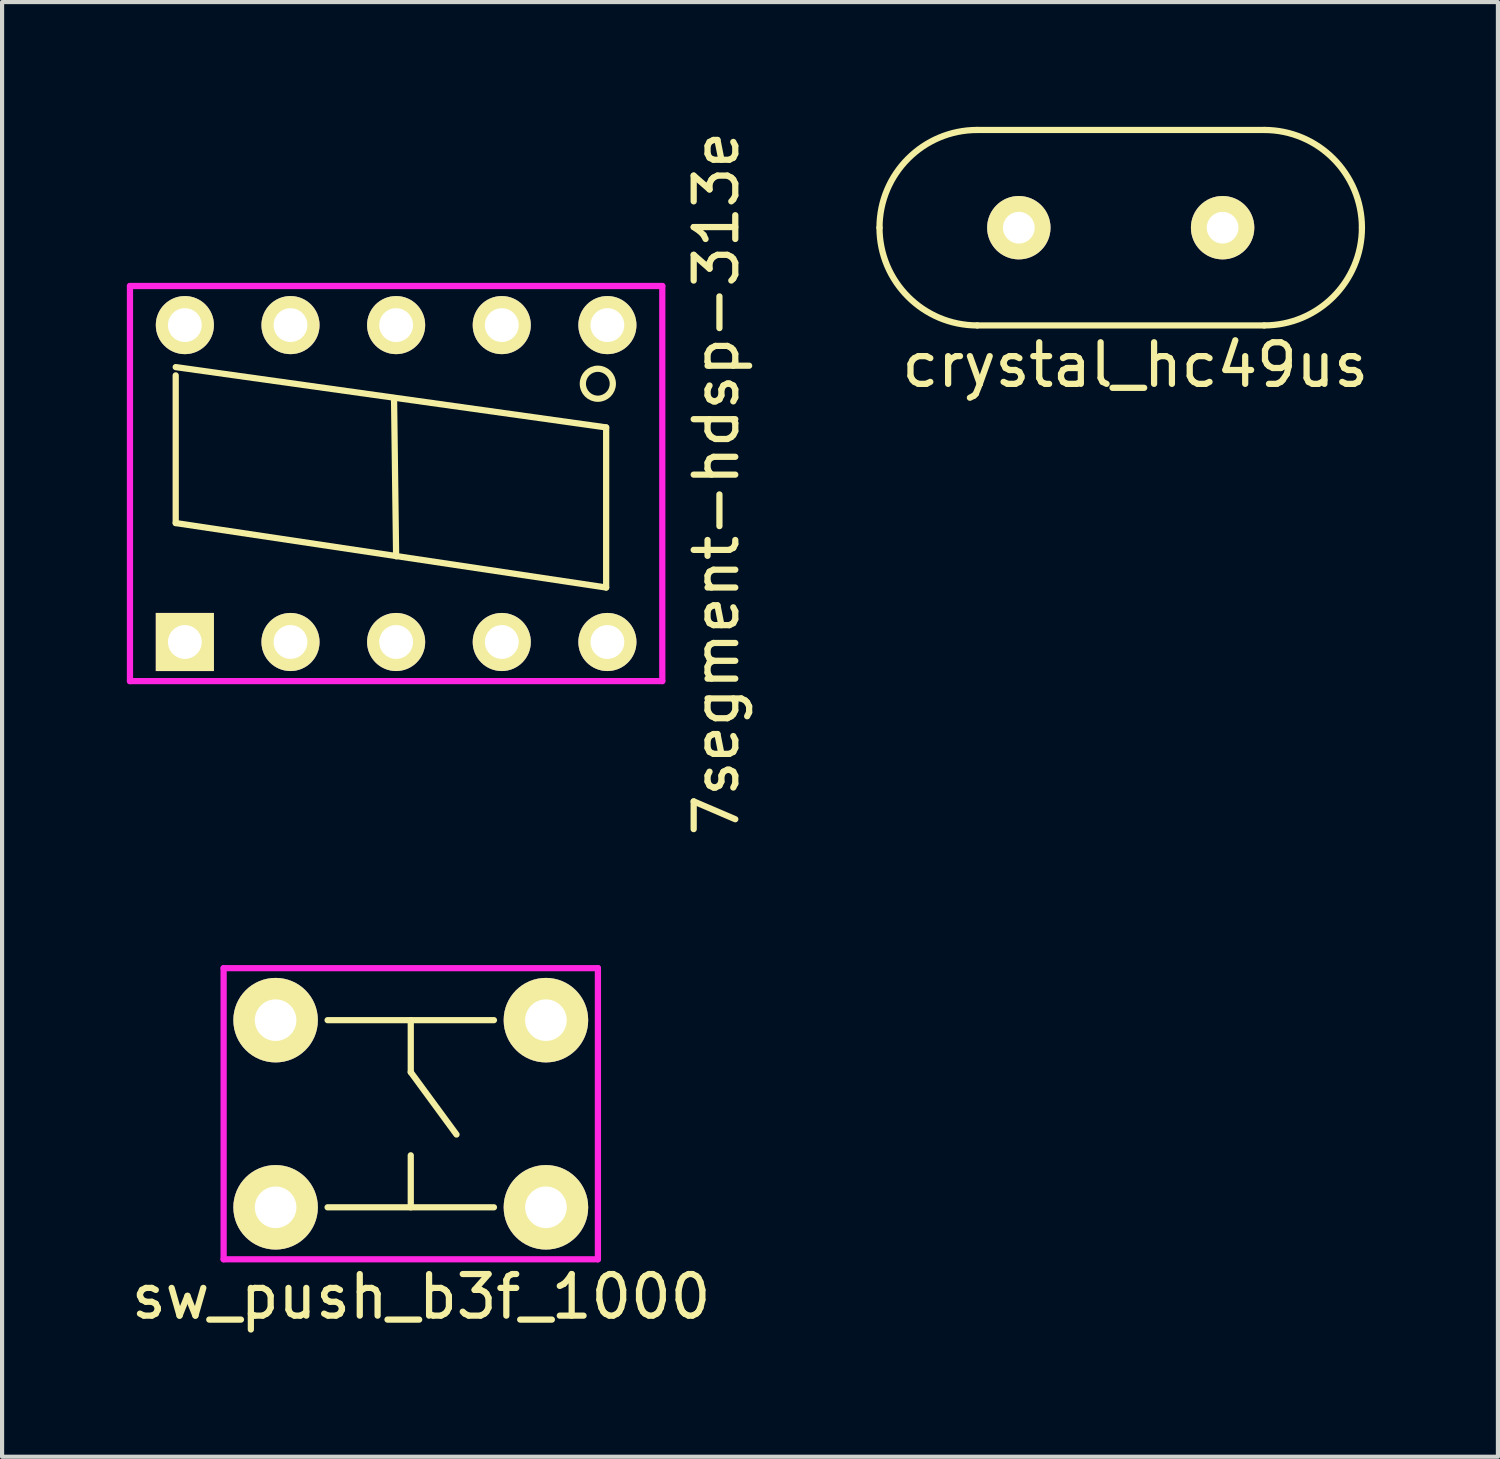
<source format=kicad_pcb>
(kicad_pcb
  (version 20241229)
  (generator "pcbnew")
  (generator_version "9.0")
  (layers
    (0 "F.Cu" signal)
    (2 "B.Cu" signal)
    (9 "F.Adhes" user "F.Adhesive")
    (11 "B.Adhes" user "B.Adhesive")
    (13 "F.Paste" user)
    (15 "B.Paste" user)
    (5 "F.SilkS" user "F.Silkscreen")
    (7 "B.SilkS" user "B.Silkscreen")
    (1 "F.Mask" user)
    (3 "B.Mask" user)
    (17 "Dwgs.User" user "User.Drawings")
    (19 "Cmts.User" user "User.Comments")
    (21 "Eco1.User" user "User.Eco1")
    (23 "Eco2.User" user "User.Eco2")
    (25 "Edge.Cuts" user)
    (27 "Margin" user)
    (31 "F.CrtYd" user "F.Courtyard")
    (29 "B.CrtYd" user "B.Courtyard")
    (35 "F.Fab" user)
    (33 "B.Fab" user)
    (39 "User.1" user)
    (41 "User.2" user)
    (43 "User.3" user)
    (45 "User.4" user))
  (footprint "crystal_hc49us"
    (layer "F.Cu")
    (at 23.898 2.425)
    (property "Reference" "crystal_hc49us" (at 0.35 3.3 0) (layer "F.SilkS") (effects (font (size 1 1) (thickness 0.15))))
    (attr through_hole)
    (fp_line (start -3.45 -2.35) (end 3.45 -2.35) (stroke (width 0.15) (type solid)) (layer "F.SilkS"))
    (fp_line (start 3.45 2.35) (end -3.45 2.35) (stroke (width 0.15) (type solid)) (layer "F.SilkS"))
    (fp_arc (start -5.8 0) (mid -5.111701 -1.661701) (end -3.45 -2.35) (stroke (width 0.15) (type solid)) (layer "F.SilkS"))
    (fp_arc (start -3.45 2.35) (mid -5.111701 1.661701) (end -5.8 0) (stroke (width 0.15) (type solid)) (layer "F.SilkS"))
    (fp_arc (start 3.45 -2.35) (mid 5.111701 -1.661701) (end 5.8 0) (stroke (width 0.15) (type solid)) (layer "F.SilkS"))
    (fp_arc (start 5.8 0) (mid 5.111701 1.661701) (end 3.45 2.35) (stroke (width 0.15) (type solid)) (layer "F.SilkS"))
    (pad "1" thru_hole circle (at -2.45 0) (size 1.524 1.524) (drill 0.762) (layers "*.Cu" "*.Mask" "F.SilkS"))
    (pad "2" thru_hole circle (at 2.45 0) (size 1.524 1.524) (drill 0.762) (layers "*.Cu" "*.Mask" "F.SilkS")))
  (footprint "sw_push_b3f_1000"
    (layer "F.Cu")
    (at 6.827 23.73)
    (property "Reference" "sw_push_b3f_1000" (at 0.25 4.4 0) (layer "F.SilkS") (effects (font (size 1 1) (thickness 0.15))))
    (attr through_hole)
    (fp_line (start -2 -2.25) (end 2 -2.25) (stroke (width 0.15) (type solid)) (layer "F.SilkS"))
    (fp_line (start -2 2.25) (end 2 2.25) (stroke (width 0.15) (type solid)) (layer "F.SilkS"))
    (fp_line (start 0 -2.25) (end 0 -1) (stroke (width 0.15) (type solid)) (layer "F.SilkS"))
    (fp_line (start 0 -1) (end 1.1 0.5) (stroke (width 0.15) (type solid)) (layer "F.SilkS"))
    (fp_line (start 0 1) (end 0 2.25) (stroke (width 0.15) (type solid)) (layer "F.SilkS"))
    (fp_line (start -4.5 -3.5) (end 4.5 -3.5) (stroke (width 0.15) (type solid)) (layer "F.CrtYd"))
    (fp_line (start -4.5 3.5) (end -4.5 -3.5) (stroke (width 0.15) (type solid)) (layer "F.CrtYd"))
    (fp_line (start 4.5 -3.5) (end 4.5 3.5) (stroke (width 0.15) (type solid)) (layer "F.CrtYd"))
    (fp_line (start 4.5 3.5) (end -4.5 3.5) (stroke (width 0.15) (type solid)) (layer "F.CrtYd"))
    (pad "1" thru_hole circle (at 3.25 2.25) (size 2.032 2.032) (drill 1) (layers "*.Cu" "*.Mask" "F.SilkS"))
    (pad "2" thru_hole circle (at -3.25 2.25) (size 2.032 2.032) (drill 1) (layers "*.Cu" "*.Mask" "F.SilkS"))
    (pad "3" thru_hole circle (at 3.25 -2.25) (size 2.032 2.032) (drill 1) (layers "*.Cu" "*.Mask" "F.SilkS"))
    (pad "4" thru_hole circle (at -3.25 -2.25) (size 2.032 2.032) (drill 1) (layers "*.Cu" "*.Mask" "F.SilkS")))
  (footprint "7segment-hdsp-313e"
    (layer "F.Cu")
    (at 6.475 8.577)
    (property "Reference" "7segment-hdsp-313e" (at 7.7 0 90) (layer "F.SilkS") (effects (font (size 1 1) (thickness 0.15))))
    (attr through_hole)
    (fp_line (start -5.3 -2.6) (end -5.3 0.95) (stroke (width 0.15) (type solid)) (layer "F.SilkS"))
    (fp_line (start -5.3 0.95) (end 5.05 2.5) (stroke (width 0.15) (type solid)) (layer "F.SilkS"))
    (fp_line (start -0.05 -2.05) (end 0 1.75) (stroke (width 0.15) (type solid)) (layer "F.SilkS"))
    (fp_line (start 5.05 -1.35) (end -5.3 -2.8) (stroke (width 0.15) (type solid)) (layer "F.SilkS"))
    (fp_line (start 5.05 2.5) (end 5.05 -1.35) (stroke (width 0.15) (type solid)) (layer "F.SilkS"))
    (fp_circle (center 4.85 -2.4) (end 5.15 -2.2) (stroke (width 0.15) (type solid)) (fill no) (layer "F.SilkS"))
    (fp_line (start -6.4 -4.75) (end 6.4 -4.75) (stroke (width 0.15) (type solid)) (layer "F.CrtYd"))
    (fp_line (start -6.4 4.75) (end -6.4 -4.75) (stroke (width 0.15) (type solid)) (layer "F.CrtYd"))
    (fp_line (start 6.4 -4.75) (end 6.4 4.75) (stroke (width 0.15) (type solid)) (layer "F.CrtYd"))
    (fp_line (start 6.4 4.75) (end -6.4 4.75) (stroke (width 0.15) (type solid)) (layer "F.CrtYd"))
    (pad "1" thru_hole rect (at -5.08 3.81) (size 1.397 1.397) (drill 0.813) (layers "*.Cu" "*.Mask" "F.SilkS"))
    (pad "2" thru_hole circle (at -2.54 3.81) (size 1.397 1.397) (drill 0.813) (layers "*.Cu" "*.Mask" "F.SilkS"))
    (pad "3" thru_hole circle (at 0 3.81) (size 1.397 1.397) (drill 0.813) (layers "*.Cu" "*.Mask" "F.SilkS"))
    (pad "4" thru_hole circle (at 2.54 3.81) (size 1.397 1.397) (drill 0.813) (layers "*.Cu" "*.Mask" "F.SilkS"))
    (pad "5" thru_hole circle (at 5.08 3.81) (size 1.397 1.397) (drill 0.813) (layers "*.Cu" "*.Mask" "F.SilkS"))
    (pad "6" thru_hole circle (at 5.08 -3.81) (size 1.397 1.397) (drill 0.813) (layers "*.Cu" "*.Mask" "F.SilkS"))
    (pad "7" thru_hole circle (at 2.54 -3.81) (size 1.397 1.397) (drill 0.813) (layers "*.Cu" "*.Mask" "F.SilkS"))
    (pad "8" thru_hole circle (at 0 -3.81) (size 1.397 1.397) (drill 0.813) (layers "*.Cu" "*.Mask" "F.SilkS"))
    (pad "9" thru_hole circle (at -2.54 -3.81) (size 1.397 1.397) (drill 0.813) (layers "*.Cu" "*.Mask" "F.SilkS"))
    (pad "10" thru_hole circle (at -5.08 -3.81) (size 1.397 1.397) (drill 0.813) (layers "*.Cu" "*.Mask" "F.SilkS")))
  (gr_rect
    (start -3 -3)
    (end 32.968 31.978)
    (stroke (width 0.1) (type default))
    (fill no)
    (layer "Edge.Cuts")))
</source>
